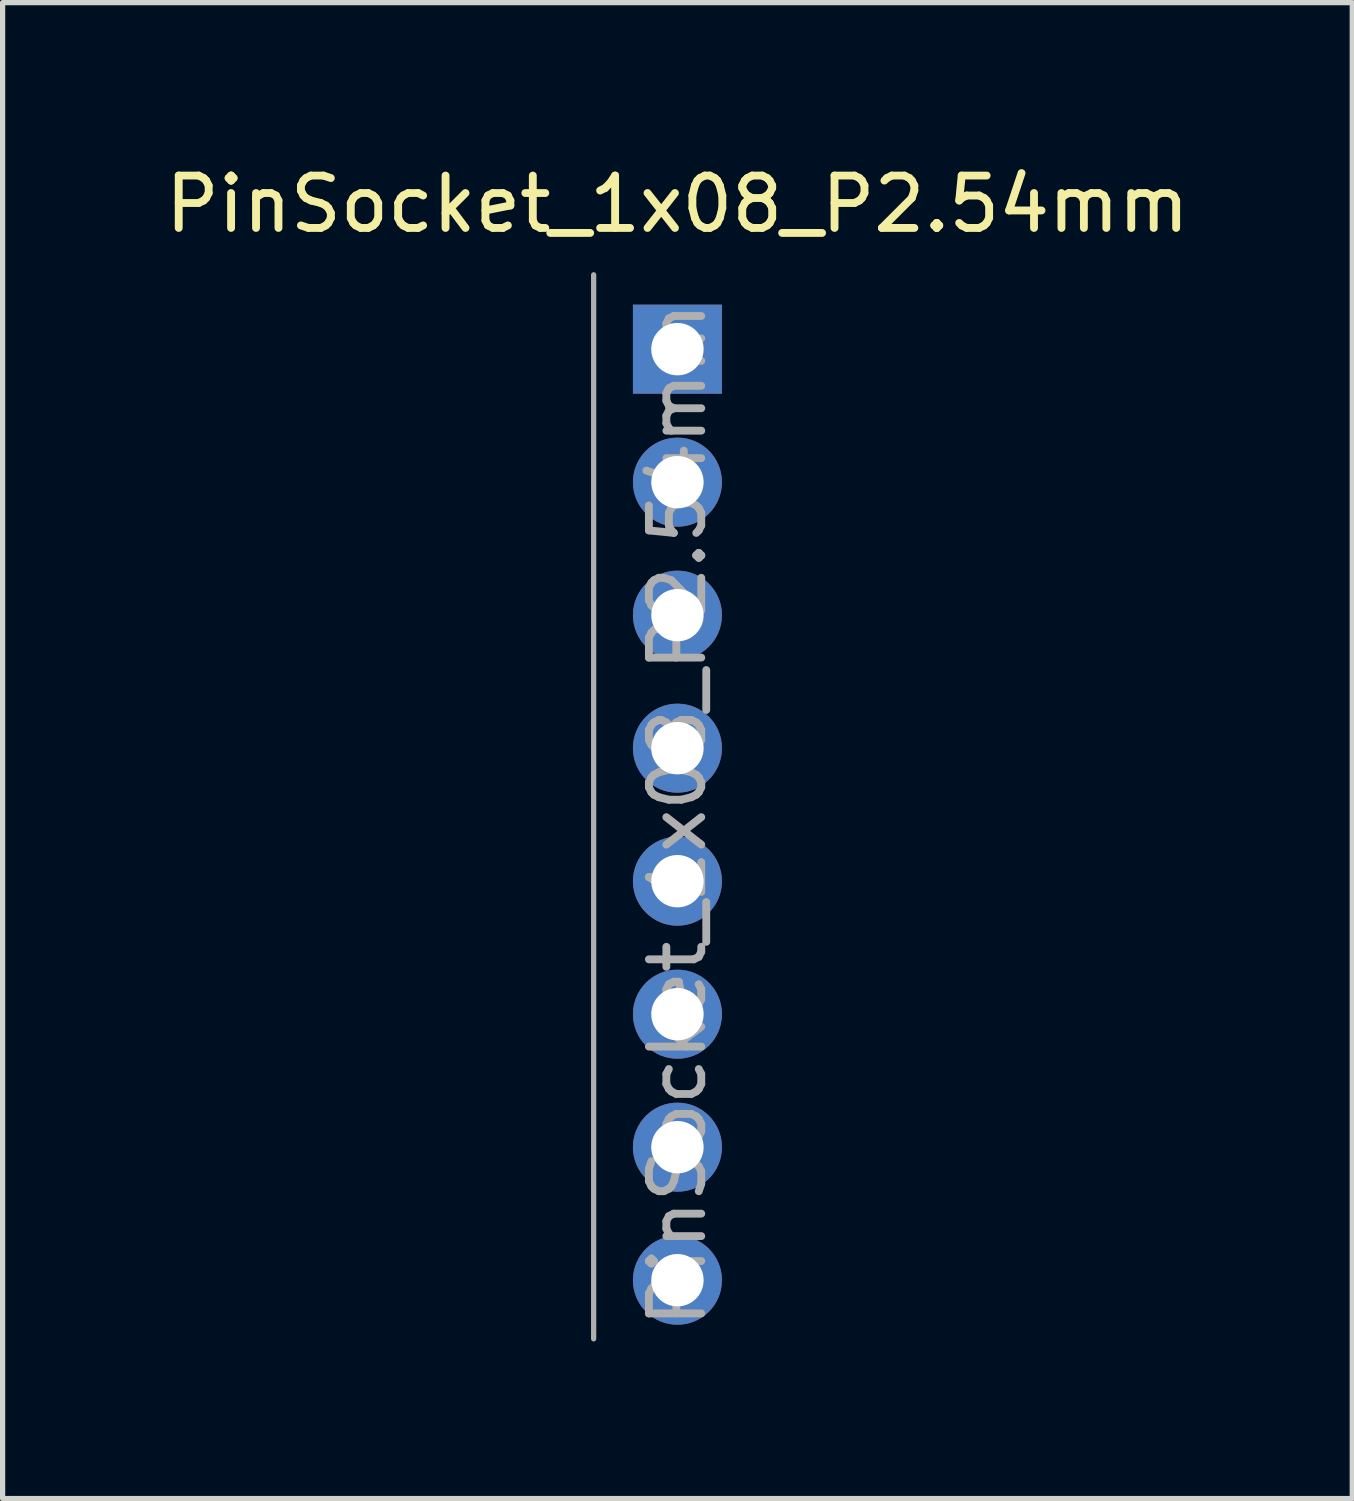
<source format=kicad_pcb>
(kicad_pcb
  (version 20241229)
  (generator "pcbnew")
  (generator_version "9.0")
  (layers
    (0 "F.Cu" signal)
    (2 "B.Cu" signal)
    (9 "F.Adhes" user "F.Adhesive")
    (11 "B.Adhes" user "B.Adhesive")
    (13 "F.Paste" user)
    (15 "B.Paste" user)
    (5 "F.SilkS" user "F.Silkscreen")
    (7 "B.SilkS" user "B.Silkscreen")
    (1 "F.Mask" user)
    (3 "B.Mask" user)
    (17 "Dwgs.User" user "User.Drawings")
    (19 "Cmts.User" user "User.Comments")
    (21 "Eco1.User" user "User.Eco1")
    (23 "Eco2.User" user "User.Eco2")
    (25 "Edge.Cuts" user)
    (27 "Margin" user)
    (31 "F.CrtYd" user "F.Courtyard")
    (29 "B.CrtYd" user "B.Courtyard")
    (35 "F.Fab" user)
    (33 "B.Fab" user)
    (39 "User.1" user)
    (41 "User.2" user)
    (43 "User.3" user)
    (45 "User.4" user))
  (footprint "PinSocket_1x08_P2.54mm"
    (layer "F.Cu")
    (at 9.887 3.618)
    (property "Reference" "PinSocket_1x08_P2.54mm" (at 0 -2.77 0) (layer "F.SilkS") (effects (font (size 1 1) (thickness 0.15))))
    (attr through_hole)
    (fp_line (start -1.6 18.9) (end -1.6 -1.42) (stroke (width 0.1) (type solid)) (layer "F.Fab"))
    (fp_text user "${REFERENCE}" (at 0 8.89 90) (layer "F.Fab") (effects (font (size 1 1) (thickness 0.15))))
    (pad "1" thru_hole rect (at 0 0) (size 1.7 1.7) (drill 1) (layers "*.Cu" "*.Mask"))
    (pad "2" thru_hole oval (at 0 2.54) (size 1.7 1.7) (drill 1) (layers "*.Cu" "*.Mask"))
    (pad "3" thru_hole oval (at 0 5.08) (size 1.7 1.7) (drill 1) (layers "*.Cu" "*.Mask"))
    (pad "4" thru_hole oval (at 0 7.62) (size 1.7 1.7) (drill 1) (layers "*.Cu" "*.Mask"))
    (pad "5" thru_hole oval (at 0 10.16) (size 1.7 1.7) (drill 1) (layers "*.Cu" "*.Mask"))
    (pad "6" thru_hole oval (at 0 12.7) (size 1.7 1.7) (drill 1) (layers "*.Cu" "*.Mask"))
    (pad "7" thru_hole oval (at 0 15.24) (size 1.7 1.7) (drill 1) (layers "*.Cu" "*.Mask"))
    (pad "8" thru_hole oval (at 0 17.78) (size 1.7 1.7) (drill 1) (layers "*.Cu" "*.Mask")))
  (gr_rect
    (start -3 -3)
    (end 22.774 25.568)
    (stroke (width 0.1) (type default))
    (fill no)
    (layer "Edge.Cuts")))
</source>
